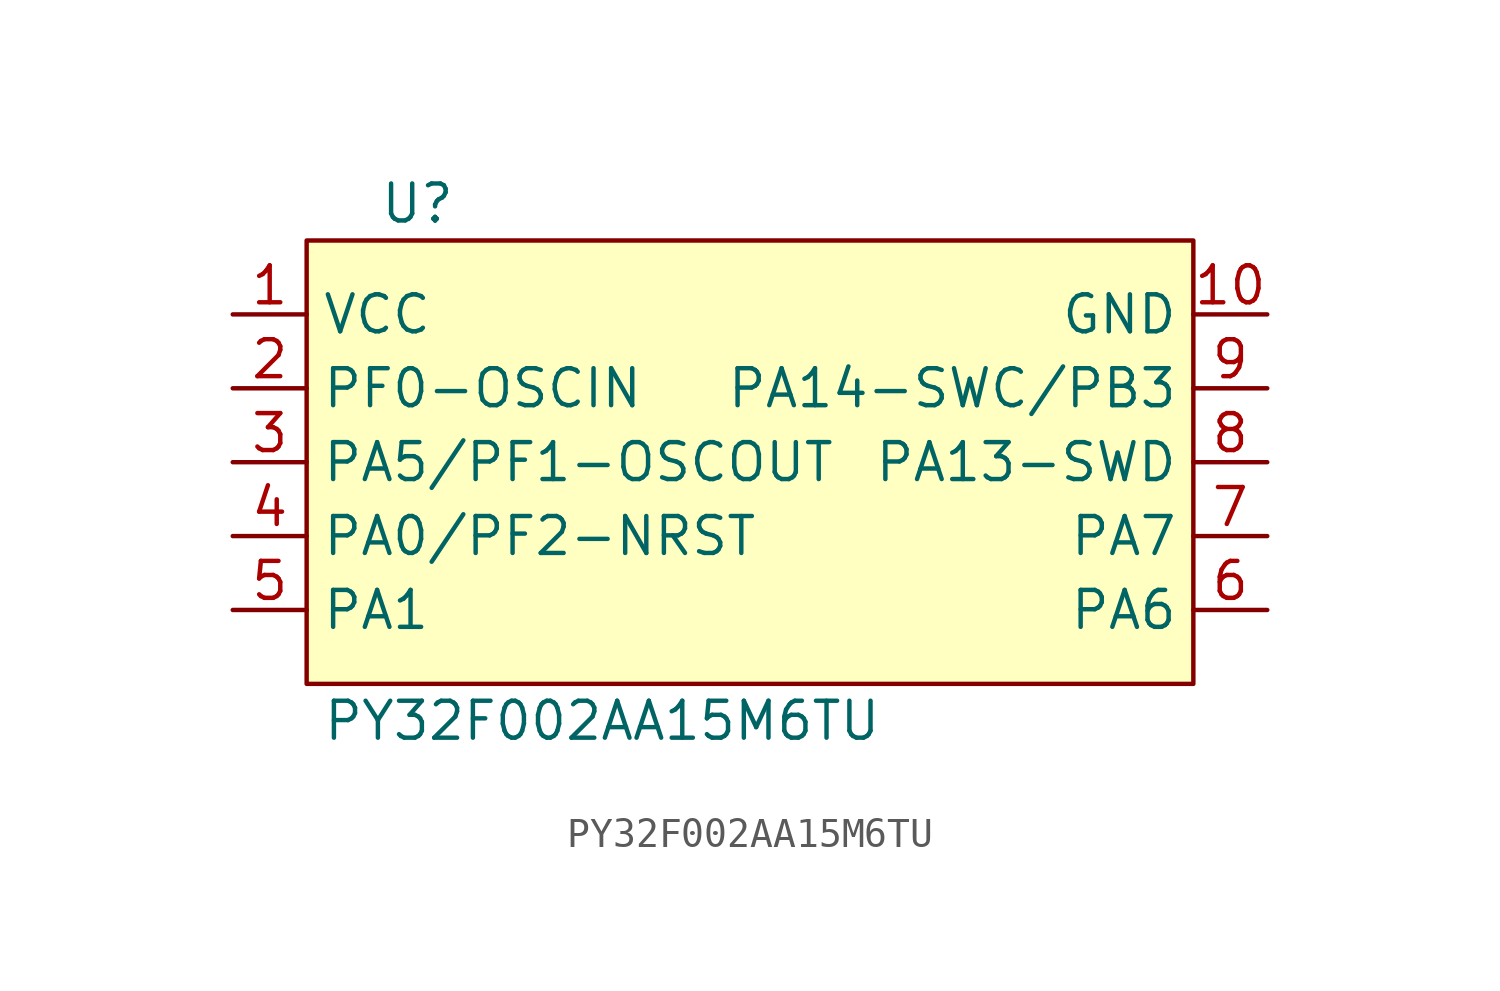
<source format=kicad_sym>
(kicad_symbol_lib
  (version 20220914)
  (generator kicad_symbol_editor)
  (symbol "PY32F002AA15M6TU"
    (property "Reference" "U"
      (at 0 0 0)
      (effects (font (size 1.27 1.27))))
    (property "Value" "PY32F002AA15M6TU"
      (at 6.35 -17.78 0)
      (effects (font (size 1.27 1.27))))
    (symbol "PY32F002AA15M6TU_1_1"
      (rectangle (start -3.81 -1.27) (end 26.67 -16.51) (stroke (width 0) (type default)) (fill (type background)))
      (pin input line (at -6.35 -3.81 0) (length 2.54) (name "VCC" (effects (font (size 1.27 1.27)))) (number "1" (effects (font (size 1.27 1.27)))))
      (pin input line (at 29.21 -3.81 180) (length 2.54) (name "GND" (effects (font (size 1.27 1.27)))) (number "10" (effects (font (size 1.27 1.27)))))
      (pin input line (at -6.35 -6.35 0) (length 2.54) (name "PF0-OSCIN" (effects (font (size 1.27 1.27)))) (number "2" (effects (font (size 1.27 1.27)))))
      (pin input line (at -6.35 -8.89 0) (length 2.54) (name "PA5/PF1-OSCOUT" (effects (font (size 1.27 1.27)))) (number "3" (effects (font (size 1.27 1.27)))))
      (pin input line (at -6.35 -11.43 0) (length 2.54) (name "PA0/PF2-NRST" (effects (font (size 1.27 1.27)))) (number "4" (effects (font (size 1.27 1.27)))))
      (pin input line (at -6.35 -13.97 0) (length 2.54) (name "PA1" (effects (font (size 1.27 1.27)))) (number "5" (effects (font (size 1.27 1.27)))))
      (pin input line (at 29.21 -13.97 180) (length 2.54) (name "PA6" (effects (font (size 1.27 1.27)))) (number "6" (effects (font (size 1.27 1.27)))))
      (pin input line (at 29.21 -11.43 180) (length 2.54) (name "PA7" (effects (font (size 1.27 1.27)))) (number "7" (effects (font (size 1.27 1.27)))))
      (pin input line (at 29.21 -8.89 180) (length 2.54) (name "PA13-SWD" (effects (font (size 1.27 1.27)))) (number "8" (effects (font (size 1.27 1.27)))))
      (pin input line (at 29.21 -6.35 180) (length 2.54) (name "PA14-SWC/PB3" (effects (font (size 1.27 1.27)))) (number "9" (effects (font (size 1.27 1.27))))))))
</source>
